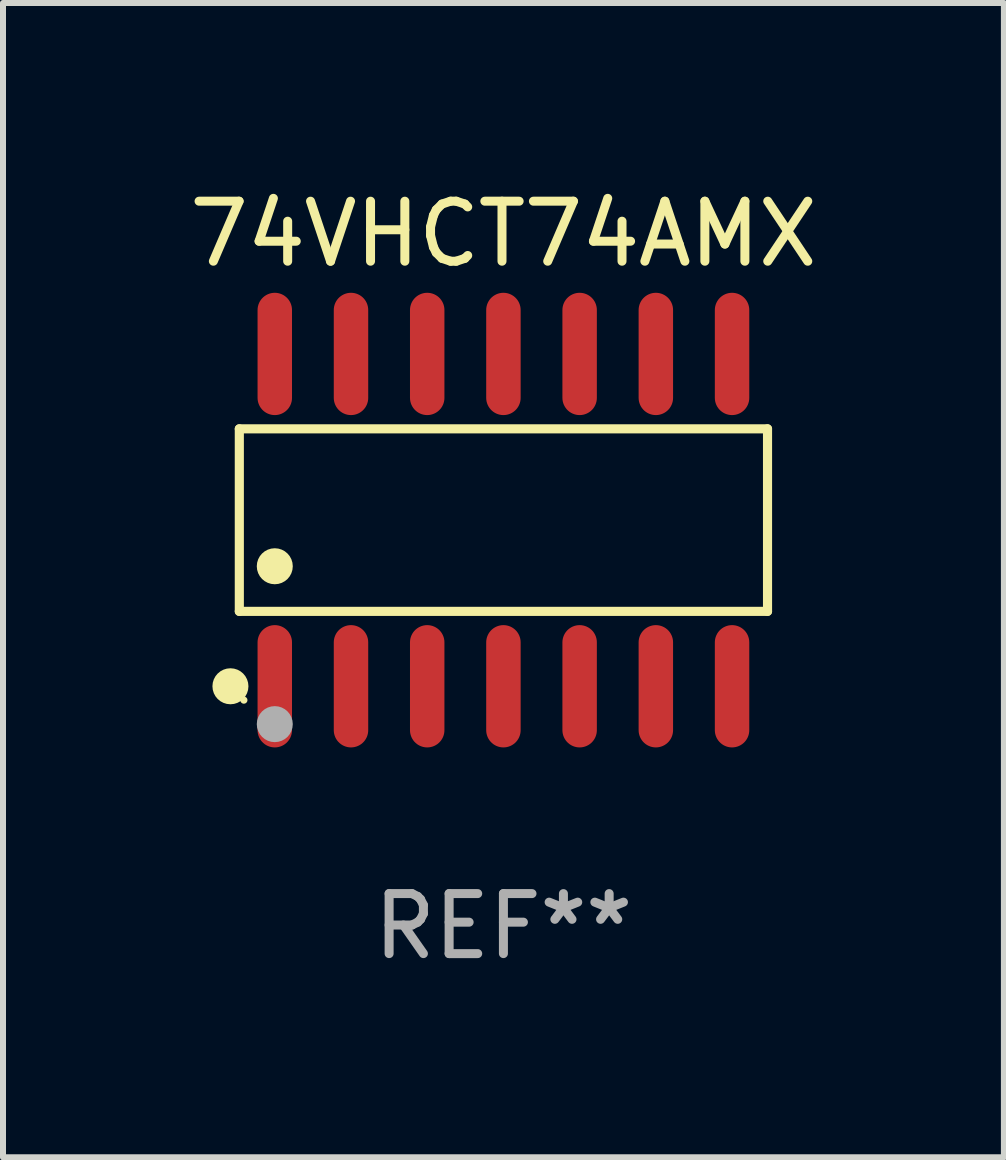
<source format=kicad_pcb>
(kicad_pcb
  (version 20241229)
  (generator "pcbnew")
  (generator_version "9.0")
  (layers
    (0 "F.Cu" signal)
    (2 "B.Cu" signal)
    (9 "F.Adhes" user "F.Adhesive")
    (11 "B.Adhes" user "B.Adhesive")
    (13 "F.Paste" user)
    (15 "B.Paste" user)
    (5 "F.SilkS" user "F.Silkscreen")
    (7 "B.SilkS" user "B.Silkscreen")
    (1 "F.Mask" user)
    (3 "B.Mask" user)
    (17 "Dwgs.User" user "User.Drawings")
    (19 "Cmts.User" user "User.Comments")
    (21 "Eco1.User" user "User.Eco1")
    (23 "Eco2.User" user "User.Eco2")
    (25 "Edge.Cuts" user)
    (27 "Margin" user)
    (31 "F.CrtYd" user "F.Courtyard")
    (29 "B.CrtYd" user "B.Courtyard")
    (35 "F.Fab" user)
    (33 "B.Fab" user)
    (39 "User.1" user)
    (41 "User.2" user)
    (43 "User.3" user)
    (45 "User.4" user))
  (footprint "74VHCT74AMX"
    (layer "F.Cu")
    (at 5.339 5.617)
    (property "Reference" "74VHCT74AMX" (at 0 -4.769 0) (layer "F.SilkS") (effects (font (size 1 1) (thickness 0.15))))
    (attr through_hole)
    (fp_line (start -4.401 -1.521) (end 4.401 -1.521) (stroke (width 0.152) (type solid)) (layer "F.SilkS"))
    (fp_line (start -4.401 1.521) (end -4.401 -1.521) (stroke (width 0.152) (type solid)) (layer "F.SilkS"))
    (fp_line (start 4.401 -1.521) (end 4.401 1.521) (stroke (width 0.152) (type solid)) (layer "F.SilkS"))
    (fp_line (start 4.401 1.521) (end -4.401 1.521) (stroke (width 0.152) (type solid)) (layer "F.SilkS"))
    (fp_circle (center -4.549 2.769) (end -4.399 2.769) (stroke (width 0.3) (type solid)) (fill no) (layer "F.SilkS"))
    (fp_circle (center -4.325 3) (end -4.295 3) (stroke (width 0.06) (type solid)) (fill no) (layer "F.SilkS"))
    (fp_circle (center -3.81 0.769) (end -3.66 0.769) (stroke (width 0.3) (type solid)) (fill no) (layer "F.SilkS"))
    (fp_circle (center -3.81 3.4) (end -3.66 3.4) (stroke (width 0.3) (type solid)) (fill no) (layer "F.Fab"))
    (fp_text user "REF**" (at 0 6.769 0) (layer "F.Fab") (effects (font (size 1 1) (thickness 0.15))))
    (pad "1" smd oval (at -3.81 2.769) (size 0.574 2.038) (layers "F.Cu" "F.Mask" "F.Paste"))
    (pad "2" smd oval (at -2.54 2.769) (size 0.574 2.038) (layers "F.Cu" "F.Mask" "F.Paste"))
    (pad "3" smd oval (at -1.27 2.769) (size 0.574 2.038) (layers "F.Cu" "F.Mask" "F.Paste"))
    (pad "4" smd oval (at 0 2.769) (size 0.574 2.038) (layers "F.Cu" "F.Mask" "F.Paste"))
    (pad "5" smd oval (at 1.27 2.769) (size 0.574 2.038) (layers "F.Cu" "F.Mask" "F.Paste"))
    (pad "6" smd oval (at 2.54 2.769) (size 0.574 2.038) (layers "F.Cu" "F.Mask" "F.Paste"))
    (pad "7" smd oval (at 3.81 2.769) (size 0.574 2.038) (layers "F.Cu" "F.Mask" "F.Paste"))
    (pad "8" smd oval (at 3.81 -2.769) (size 0.574 2.038) (layers "F.Cu" "F.Mask" "F.Paste"))
    (pad "9" smd oval (at 2.54 -2.769) (size 0.574 2.038) (layers "F.Cu" "F.Mask" "F.Paste"))
    (pad "10" smd oval (at 1.27 -2.769) (size 0.574 2.038) (layers "F.Cu" "F.Mask" "F.Paste"))
    (pad "11" smd oval (at 0 -2.769) (size 0.574 2.038) (layers "F.Cu" "F.Mask" "F.Paste"))
    (pad "12" smd oval (at -1.27 -2.769) (size 0.574 2.038) (layers "F.Cu" "F.Mask" "F.Paste"))
    (pad "13" smd oval (at -2.54 -2.769) (size 0.574 2.038) (layers "F.Cu" "F.Mask" "F.Paste"))
    (pad "14" smd oval (at -3.81 -2.769) (size 0.574 2.038) (layers "F.Cu" "F.Mask" "F.Paste")))
  (gr_rect
    (start -3 -3)
    (end 13.679 16.235)
    (stroke (width 0.1) (type default))
    (fill no)
    (layer "Edge.Cuts")))
</source>
